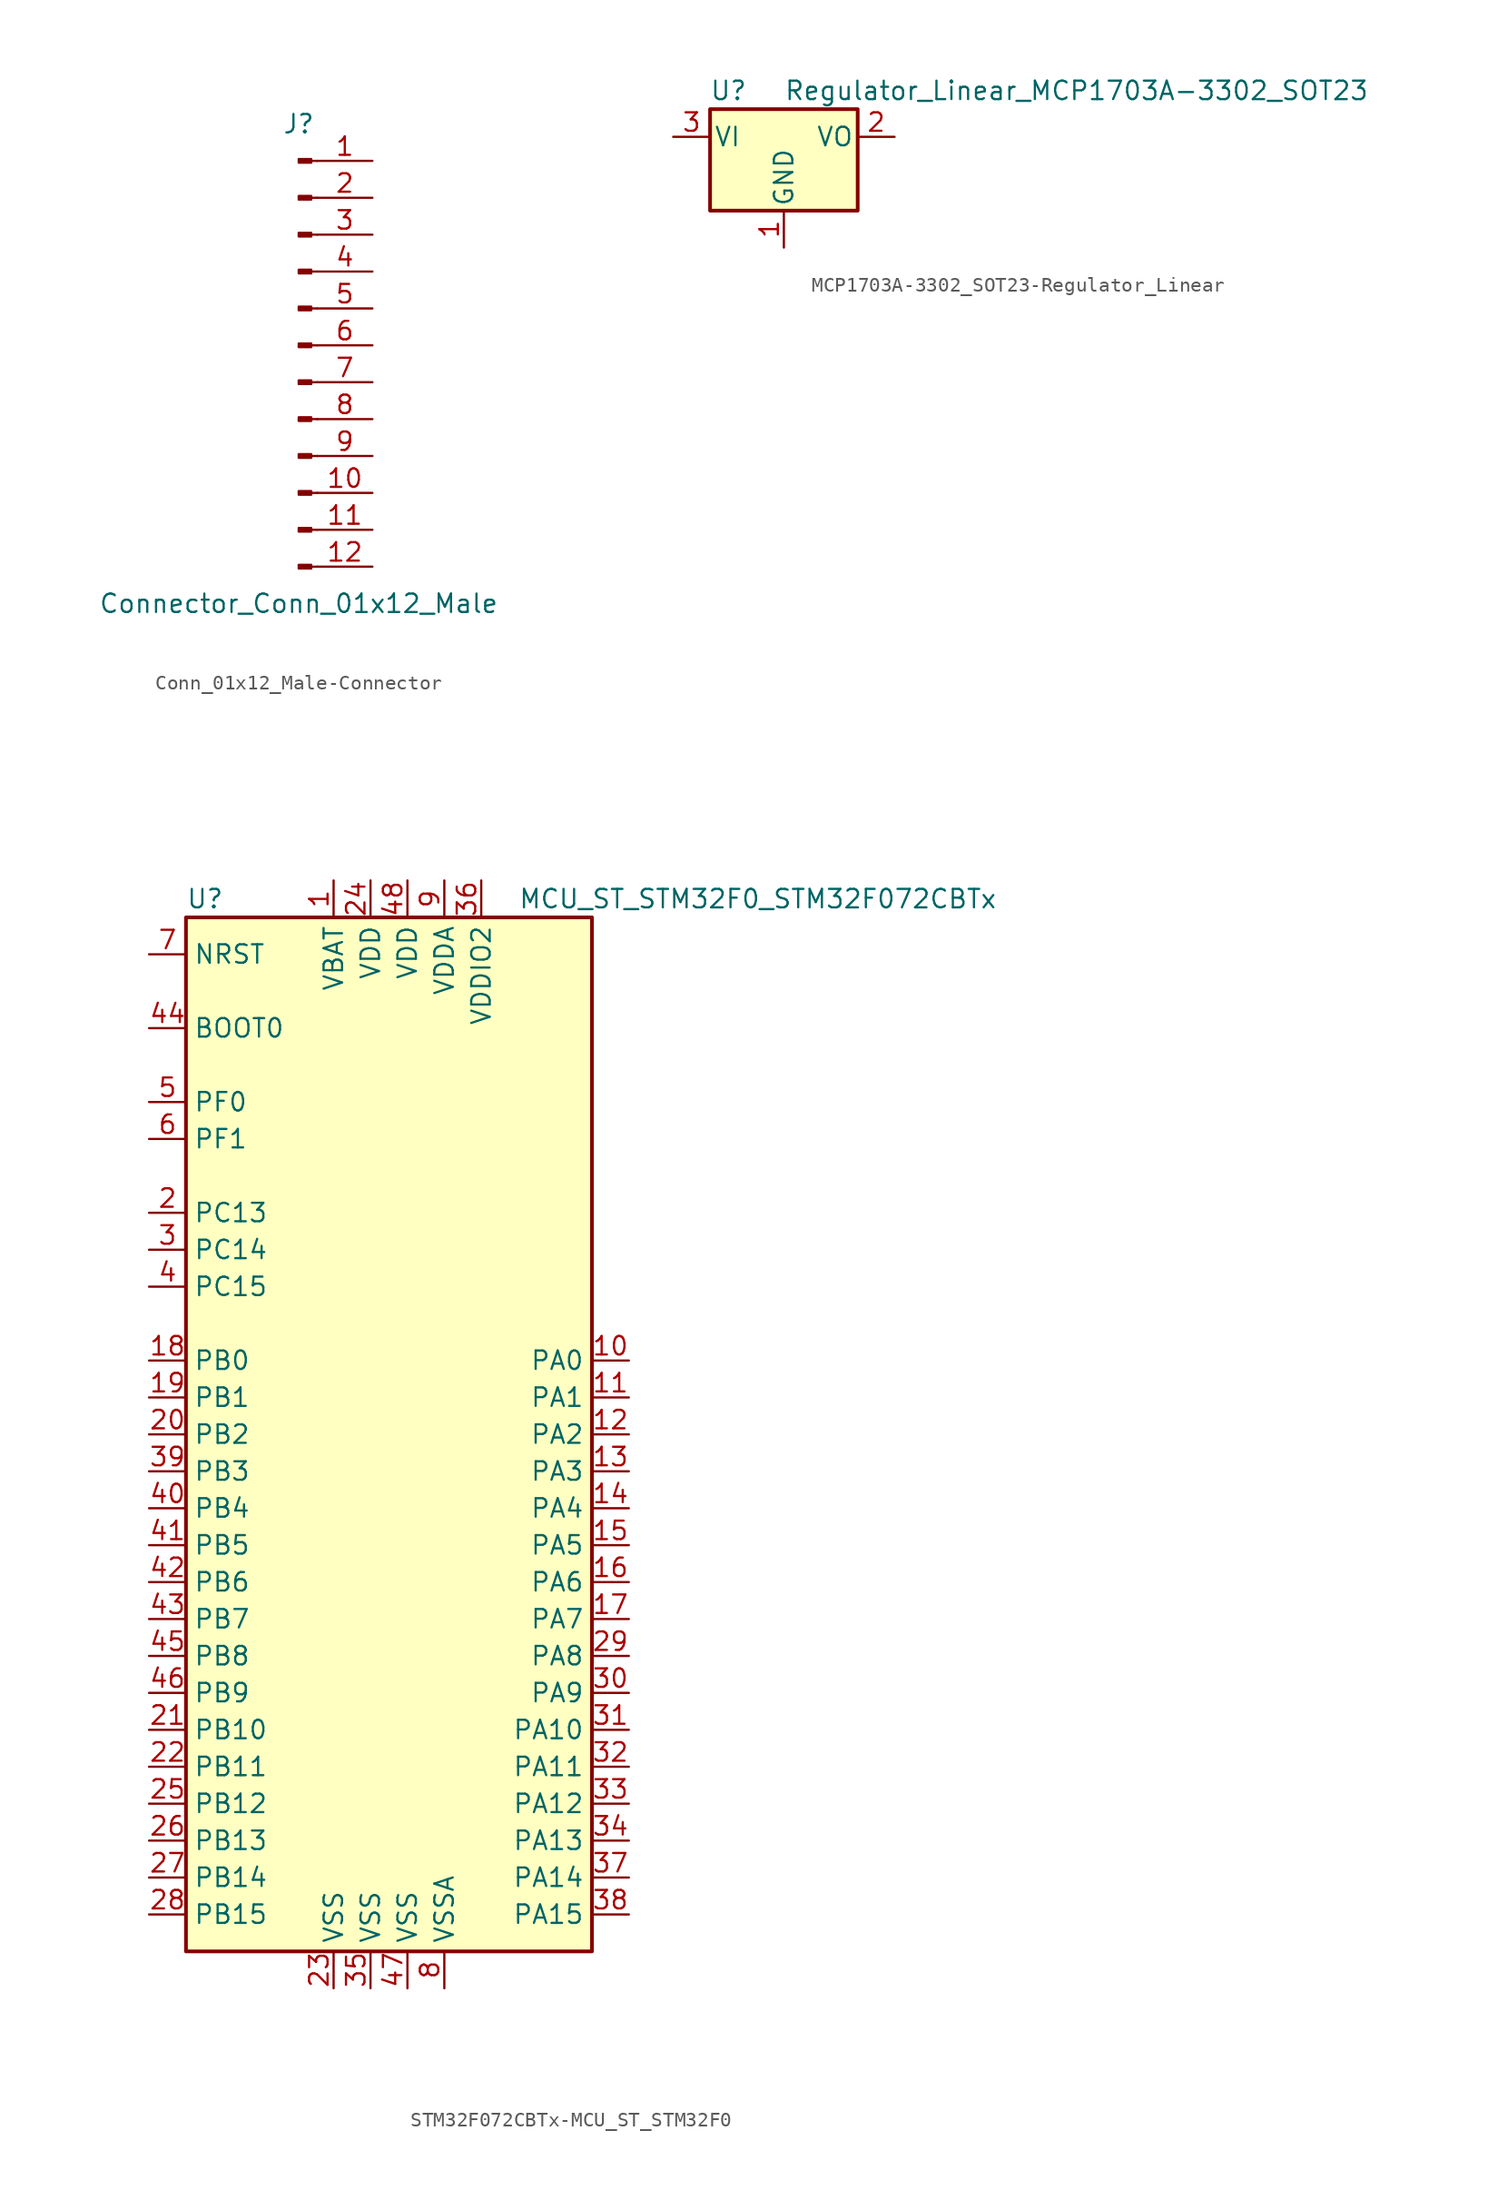
<source format=kicad_sym>
(kicad_symbol_lib
  (version 20220914)
  (generator kicad_symbol_editor)
  (symbol "Conn_01x12_Male-Connector"
    (pin_names
      (offset 1.016) hide)
    (property "Reference" "J"
      (at 0 15.24 0)
      (effects (font (size 1.27 1.27))))
    (property "Value" "Connector_Conn_01x12_Male"
      (at 0 -17.78 0)
      (effects (font (size 1.27 1.27))))
    (symbol "Conn_01x12_Male-Connector_1_1"
      (polyline (pts (xy 1.27 -15.24) (xy 0.864 -15.24)) (stroke (width 0.152) (type solid)) (fill (type none)))
      (polyline (pts (xy 1.27 -12.7) (xy 0.864 -12.7)) (stroke (width 0.152) (type solid)) (fill (type none)))
      (polyline (pts (xy 1.27 -10.16) (xy 0.864 -10.16)) (stroke (width 0.152) (type solid)) (fill (type none)))
      (polyline (pts (xy 1.27 -7.62) (xy 0.864 -7.62)) (stroke (width 0.152) (type solid)) (fill (type none)))
      (polyline (pts (xy 1.27 -5.08) (xy 0.864 -5.08)) (stroke (width 0.152) (type solid)) (fill (type none)))
      (polyline (pts (xy 1.27 -2.54) (xy 0.864 -2.54)) (stroke (width 0.152) (type solid)) (fill (type none)))
      (polyline (pts (xy 1.27 0) (xy 0.864 0)) (stroke (width 0.152) (type solid)) (fill (type none)))
      (polyline (pts (xy 1.27 2.54) (xy 0.864 2.54)) (stroke (width 0.152) (type solid)) (fill (type none)))
      (polyline (pts (xy 1.27 5.08) (xy 0.864 5.08)) (stroke (width 0.152) (type solid)) (fill (type none)))
      (polyline (pts (xy 1.27 7.62) (xy 0.864 7.62)) (stroke (width 0.152) (type solid)) (fill (type none)))
      (polyline (pts (xy 1.27 10.16) (xy 0.864 10.16)) (stroke (width 0.152) (type solid)) (fill (type none)))
      (polyline (pts (xy 1.27 12.7) (xy 0.864 12.7)) (stroke (width 0.152) (type solid)) (fill (type none)))
      (rectangle (start 0.864 -15.113) (end 0 -15.367) (stroke (width 0.152) (type solid)) (fill (type outline)))
      (rectangle (start 0.864 -12.573) (end 0 -12.827) (stroke (width 0.152) (type solid)) (fill (type outline)))
      (rectangle (start 0.864 -10.033) (end 0 -10.287) (stroke (width 0.152) (type solid)) (fill (type outline)))
      (rectangle (start 0.864 -7.493) (end 0 -7.747) (stroke (width 0.152) (type solid)) (fill (type outline)))
      (rectangle (start 0.864 -4.953) (end 0 -5.207) (stroke (width 0.152) (type solid)) (fill (type outline)))
      (rectangle (start 0.864 -2.413) (end 0 -2.667) (stroke (width 0.152) (type solid)) (fill (type outline)))
      (rectangle (start 0.864 0.127) (end 0 -0.127) (stroke (width 0.152) (type solid)) (fill (type outline)))
      (rectangle (start 0.864 2.667) (end 0 2.413) (stroke (width 0.152) (type solid)) (fill (type outline)))
      (rectangle (start 0.864 5.207) (end 0 4.953) (stroke (width 0.152) (type solid)) (fill (type outline)))
      (rectangle (start 0.864 7.747) (end 0 7.493) (stroke (width 0.152) (type solid)) (fill (type outline)))
      (rectangle (start 0.864 10.287) (end 0 10.033) (stroke (width 0.152) (type solid)) (fill (type outline)))
      (rectangle (start 0.864 12.827) (end 0 12.573) (stroke (width 0.152) (type solid)) (fill (type outline)))
      (pin passive line (at 5.08 12.7 180) (length 3.81) (name "Pin_1" (effects (font (size 1.27 1.27)))) (number "1" (effects (font (size 1.27 1.27)))))
      (pin passive line (at 5.08 -10.16 180) (length 3.81) (name "Pin_10" (effects (font (size 1.27 1.27)))) (number "10" (effects (font (size 1.27 1.27)))))
      (pin passive line (at 5.08 -12.7 180) (length 3.81) (name "Pin_11" (effects (font (size 1.27 1.27)))) (number "11" (effects (font (size 1.27 1.27)))))
      (pin passive line (at 5.08 -15.24 180) (length 3.81) (name "Pin_12" (effects (font (size 1.27 1.27)))) (number "12" (effects (font (size 1.27 1.27)))))
      (pin passive line (at 5.08 10.16 180) (length 3.81) (name "Pin_2" (effects (font (size 1.27 1.27)))) (number "2" (effects (font (size 1.27 1.27)))))
      (pin passive line (at 5.08 7.62 180) (length 3.81) (name "Pin_3" (effects (font (size 1.27 1.27)))) (number "3" (effects (font (size 1.27 1.27)))))
      (pin passive line (at 5.08 5.08 180) (length 3.81) (name "Pin_4" (effects (font (size 1.27 1.27)))) (number "4" (effects (font (size 1.27 1.27)))))
      (pin passive line (at 5.08 2.54 180) (length 3.81) (name "Pin_5" (effects (font (size 1.27 1.27)))) (number "5" (effects (font (size 1.27 1.27)))))
      (pin passive line (at 5.08 0 180) (length 3.81) (name "Pin_6" (effects (font (size 1.27 1.27)))) (number "6" (effects (font (size 1.27 1.27)))))
      (pin passive line (at 5.08 -2.54 180) (length 3.81) (name "Pin_7" (effects (font (size 1.27 1.27)))) (number "7" (effects (font (size 1.27 1.27)))))
      (pin passive line (at 5.08 -5.08 180) (length 3.81) (name "Pin_8" (effects (font (size 1.27 1.27)))) (number "8" (effects (font (size 1.27 1.27)))))
      (pin passive line (at 5.08 -7.62 180) (length 3.81) (name "Pin_9" (effects (font (size 1.27 1.27)))) (number "9" (effects (font (size 1.27 1.27)))))))
  (symbol "MCP1703A-3302_SOT23-Regulator_Linear"
    (pin_names
      (offset 0.254))
    (property "Reference" "U"
      (at -3.81 3.175 0)
      (effects (font (size 1.27 1.27))))
    (property "Value" "Regulator_Linear_MCP1703A-3302_SOT23"
      (at 0 3.175 0)
      (effects (font (size 1.27 1.27)) (justify left)))
    (symbol "MCP1703A-3302_SOT23-Regulator_Linear_0_1"
      (rectangle (start -5.08 -5.08) (end 5.08 1.905) (stroke (width 0.254) (type solid)) (fill (type background))))
    (symbol "MCP1703A-3302_SOT23-Regulator_Linear_1_1"
      (pin power_in line (at 0 -7.62 90) (length 2.54) (name "GND" (effects (font (size 1.27 1.27)))) (number "1" (effects (font (size 1.27 1.27)))))
      (pin power_out line (at 7.62 0 180) (length 2.54) (name "VO" (effects (font (size 1.27 1.27)))) (number "2" (effects (font (size 1.27 1.27)))))
      (pin power_in line (at -7.62 0 0) (length 2.54) (name "VI" (effects (font (size 1.27 1.27)))) (number "3" (effects (font (size 1.27 1.27)))))))
  (symbol "STM32F072CBTx-MCU_ST_STM32F0"
    (property "Reference" "U"
      (at -15.24 36.83 0)
      (effects (font (size 1.27 1.27)) (justify left)))
    (property "Value" "MCU_ST_STM32F0_STM32F072CBTx"
      (at 7.62 36.83 0)
      (effects (font (size 1.27 1.27)) (justify left)))
    (symbol "STM32F072CBTx-MCU_ST_STM32F0_0_1"
      (rectangle (start -15.24 -35.56) (end 12.7 35.56) (stroke (width 0.254) (type solid)) (fill (type background))))
    (symbol "STM32F072CBTx-MCU_ST_STM32F0_1_1"
      (pin power_in line (at -5.08 38.1 270) (length 2.54) (name "VBAT" (effects (font (size 1.27 1.27)))) (number "1" (effects (font (size 1.27 1.27)))))
      (pin bidirectional line (at 15.24 5.08 180) (length 2.54) (name "PA0" (effects (font (size 1.27 1.27)))) (number "10" (effects (font (size 1.27 1.27)))))
      (pin bidirectional line (at 15.24 2.54 180) (length 2.54) (name "PA1" (effects (font (size 1.27 1.27)))) (number "11" (effects (font (size 1.27 1.27)))))
      (pin bidirectional line (at 15.24 0 180) (length 2.54) (name "PA2" (effects (font (size 1.27 1.27)))) (number "12" (effects (font (size 1.27 1.27)))))
      (pin bidirectional line (at 15.24 -2.54 180) (length 2.54) (name "PA3" (effects (font (size 1.27 1.27)))) (number "13" (effects (font (size 1.27 1.27)))))
      (pin bidirectional line (at 15.24 -5.08 180) (length 2.54) (name "PA4" (effects (font (size 1.27 1.27)))) (number "14" (effects (font (size 1.27 1.27)))))
      (pin bidirectional line (at 15.24 -7.62 180) (length 2.54) (name "PA5" (effects (font (size 1.27 1.27)))) (number "15" (effects (font (size 1.27 1.27)))))
      (pin bidirectional line (at 15.24 -10.16 180) (length 2.54) (name "PA6" (effects (font (size 1.27 1.27)))) (number "16" (effects (font (size 1.27 1.27)))))
      (pin bidirectional line (at 15.24 -12.7 180) (length 2.54) (name "PA7" (effects (font (size 1.27 1.27)))) (number "17" (effects (font (size 1.27 1.27)))))
      (pin bidirectional line (at -17.78 5.08 0) (length 2.54) (name "PB0" (effects (font (size 1.27 1.27)))) (number "18" (effects (font (size 1.27 1.27)))))
      (pin bidirectional line (at -17.78 2.54 0) (length 2.54) (name "PB1" (effects (font (size 1.27 1.27)))) (number "19" (effects (font (size 1.27 1.27)))))
      (pin bidirectional line (at -17.78 15.24 0) (length 2.54) (name "PC13" (effects (font (size 1.27 1.27)))) (number "2" (effects (font (size 1.27 1.27)))))
      (pin bidirectional line (at -17.78 0 0) (length 2.54) (name "PB2" (effects (font (size 1.27 1.27)))) (number "20" (effects (font (size 1.27 1.27)))))
      (pin bidirectional line (at -17.78 -20.32 0) (length 2.54) (name "PB10" (effects (font (size 1.27 1.27)))) (number "21" (effects (font (size 1.27 1.27)))))
      (pin bidirectional line (at -17.78 -22.86 0) (length 2.54) (name "PB11" (effects (font (size 1.27 1.27)))) (number "22" (effects (font (size 1.27 1.27)))))
      (pin power_in line (at -5.08 -38.1 90) (length 2.54) (name "VSS" (effects (font (size 1.27 1.27)))) (number "23" (effects (font (size 1.27 1.27)))))
      (pin power_in line (at -2.54 38.1 270) (length 2.54) (name "VDD" (effects (font (size 1.27 1.27)))) (number "24" (effects (font (size 1.27 1.27)))))
      (pin bidirectional line (at -17.78 -25.4 0) (length 2.54) (name "PB12" (effects (font (size 1.27 1.27)))) (number "25" (effects (font (size 1.27 1.27)))))
      (pin bidirectional line (at -17.78 -27.94 0) (length 2.54) (name "PB13" (effects (font (size 1.27 1.27)))) (number "26" (effects (font (size 1.27 1.27)))))
      (pin bidirectional line (at -17.78 -30.48 0) (length 2.54) (name "PB14" (effects (font (size 1.27 1.27)))) (number "27" (effects (font (size 1.27 1.27)))))
      (pin bidirectional line (at -17.78 -33.02 0) (length 2.54) (name "PB15" (effects (font (size 1.27 1.27)))) (number "28" (effects (font (size 1.27 1.27)))))
      (pin bidirectional line (at 15.24 -15.24 180) (length 2.54) (name "PA8" (effects (font (size 1.27 1.27)))) (number "29" (effects (font (size 1.27 1.27)))))
      (pin bidirectional line (at -17.78 12.7 0) (length 2.54) (name "PC14" (effects (font (size 1.27 1.27)))) (number "3" (effects (font (size 1.27 1.27)))))
      (pin bidirectional line (at 15.24 -17.78 180) (length 2.54) (name "PA9" (effects (font (size 1.27 1.27)))) (number "30" (effects (font (size 1.27 1.27)))))
      (pin bidirectional line (at 15.24 -20.32 180) (length 2.54) (name "PA10" (effects (font (size 1.27 1.27)))) (number "31" (effects (font (size 1.27 1.27)))))
      (pin bidirectional line (at 15.24 -22.86 180) (length 2.54) (name "PA11" (effects (font (size 1.27 1.27)))) (number "32" (effects (font (size 1.27 1.27)))))
      (pin bidirectional line (at 15.24 -25.4 180) (length 2.54) (name "PA12" (effects (font (size 1.27 1.27)))) (number "33" (effects (font (size 1.27 1.27)))))
      (pin bidirectional line (at 15.24 -27.94 180) (length 2.54) (name "PA13" (effects (font (size 1.27 1.27)))) (number "34" (effects (font (size 1.27 1.27)))))
      (pin power_in line (at -2.54 -38.1 90) (length 2.54) (name "VSS" (effects (font (size 1.27 1.27)))) (number "35" (effects (font (size 1.27 1.27)))))
      (pin power_in line (at 5.08 38.1 270) (length 2.54) (name "VDDIO2" (effects (font (size 1.27 1.27)))) (number "36" (effects (font (size 1.27 1.27)))))
      (pin bidirectional line (at 15.24 -30.48 180) (length 2.54) (name "PA14" (effects (font (size 1.27 1.27)))) (number "37" (effects (font (size 1.27 1.27)))))
      (pin bidirectional line (at 15.24 -33.02 180) (length 2.54) (name "PA15" (effects (font (size 1.27 1.27)))) (number "38" (effects (font (size 1.27 1.27)))))
      (pin bidirectional line (at -17.78 -2.54 0) (length 2.54) (name "PB3" (effects (font (size 1.27 1.27)))) (number "39" (effects (font (size 1.27 1.27)))))
      (pin bidirectional line (at -17.78 10.16 0) (length 2.54) (name "PC15" (effects (font (size 1.27 1.27)))) (number "4" (effects (font (size 1.27 1.27)))))
      (pin bidirectional line (at -17.78 -5.08 0) (length 2.54) (name "PB4" (effects (font (size 1.27 1.27)))) (number "40" (effects (font (size 1.27 1.27)))))
      (pin bidirectional line (at -17.78 -7.62 0) (length 2.54) (name "PB5" (effects (font (size 1.27 1.27)))) (number "41" (effects (font (size 1.27 1.27)))))
      (pin bidirectional line (at -17.78 -10.16 0) (length 2.54) (name "PB6" (effects (font (size 1.27 1.27)))) (number "42" (effects (font (size 1.27 1.27)))))
      (pin bidirectional line (at -17.78 -12.7 0) (length 2.54) (name "PB7" (effects (font (size 1.27 1.27)))) (number "43" (effects (font (size 1.27 1.27)))))
      (pin input line (at -17.78 27.94 0) (length 2.54) (name "BOOT0" (effects (font (size 1.27 1.27)))) (number "44" (effects (font (size 1.27 1.27)))))
      (pin bidirectional line (at -17.78 -15.24 0) (length 2.54) (name "PB8" (effects (font (size 1.27 1.27)))) (number "45" (effects (font (size 1.27 1.27)))))
      (pin bidirectional line (at -17.78 -17.78 0) (length 2.54) (name "PB9" (effects (font (size 1.27 1.27)))) (number "46" (effects (font (size 1.27 1.27)))))
      (pin power_in line (at 0 -38.1 90) (length 2.54) (name "VSS" (effects (font (size 1.27 1.27)))) (number "47" (effects (font (size 1.27 1.27)))))
      (pin power_in line (at 0 38.1 270) (length 2.54) (name "VDD" (effects (font (size 1.27 1.27)))) (number "48" (effects (font (size 1.27 1.27)))))
      (pin input line (at -17.78 22.86 0) (length 2.54) (name "PF0" (effects (font (size 1.27 1.27)))) (number "5" (effects (font (size 1.27 1.27)))))
      (pin input line (at -17.78 20.32 0) (length 2.54) (name "PF1" (effects (font (size 1.27 1.27)))) (number "6" (effects (font (size 1.27 1.27)))))
      (pin input line (at -17.78 33.02 0) (length 2.54) (name "NRST" (effects (font (size 1.27 1.27)))) (number "7" (effects (font (size 1.27 1.27)))))
      (pin power_in line (at 2.54 -38.1 90) (length 2.54) (name "VSSA" (effects (font (size 1.27 1.27)))) (number "8" (effects (font (size 1.27 1.27)))))
      (pin power_in line (at 2.54 38.1 270) (length 2.54) (name "VDDA" (effects (font (size 1.27 1.27)))) (number "9" (effects (font (size 1.27 1.27))))))))
</source>
